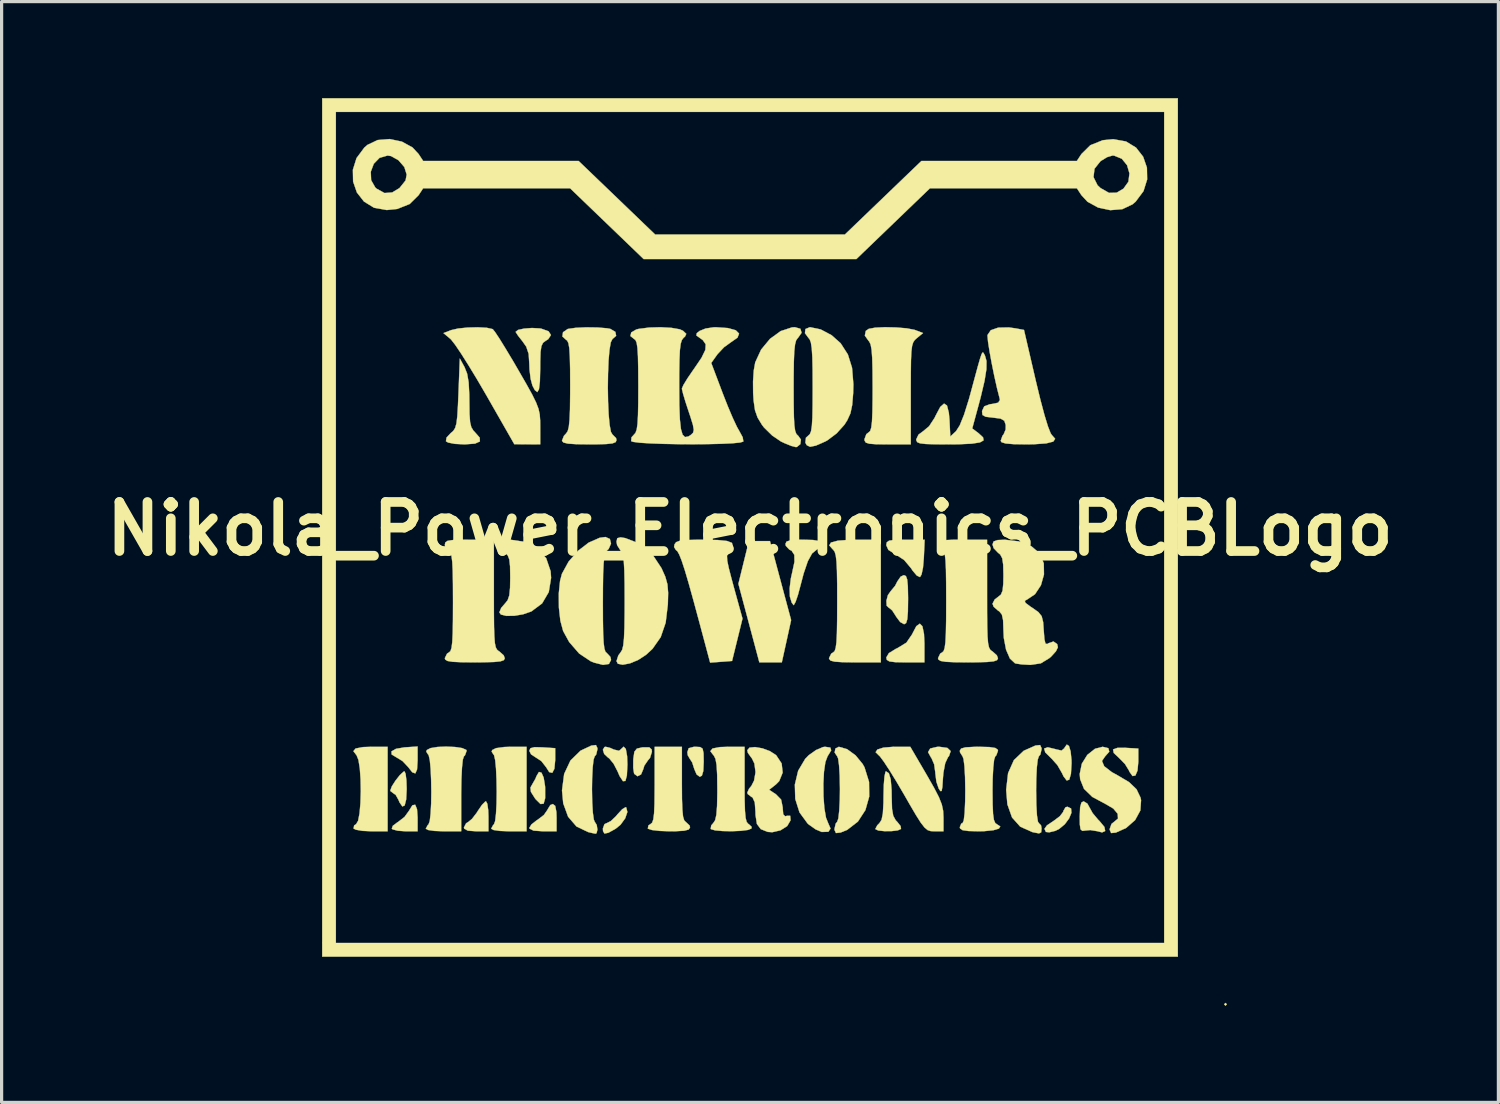
<source format=kicad_pcb>
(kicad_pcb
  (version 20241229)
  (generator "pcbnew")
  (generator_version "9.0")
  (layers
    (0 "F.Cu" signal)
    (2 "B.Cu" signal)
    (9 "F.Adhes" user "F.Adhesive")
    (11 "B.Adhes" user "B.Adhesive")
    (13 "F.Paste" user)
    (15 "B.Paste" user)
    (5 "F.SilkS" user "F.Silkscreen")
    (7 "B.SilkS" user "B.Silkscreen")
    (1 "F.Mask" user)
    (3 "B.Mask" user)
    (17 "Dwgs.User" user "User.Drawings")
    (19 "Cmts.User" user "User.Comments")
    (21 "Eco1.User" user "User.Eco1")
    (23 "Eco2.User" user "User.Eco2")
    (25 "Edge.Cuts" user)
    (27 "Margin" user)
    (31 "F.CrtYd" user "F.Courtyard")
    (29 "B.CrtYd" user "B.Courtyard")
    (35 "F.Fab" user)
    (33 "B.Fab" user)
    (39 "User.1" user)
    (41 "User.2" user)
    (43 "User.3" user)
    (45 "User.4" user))
  (footprint "Nikola_Power_Electronics_PCBLogo"
    (layer "F.Cu")
    (at 20.255 13.382)
    (property "Reference" "Nikola_Power_Electronics_PCBLogo" (at 0 0 0) (layer "F.SilkS") (effects (font (size 1.524 1.524) (thickness 0.3))))
    (attr through_hole)
    (fp_poly (pts (xy 14.817 14.774) (xy 14.774 14.817) (xy 14.732 14.774) (xy 14.774 14.732) (xy 14.817 14.774)) (stroke (width 0.01) (type solid)) (fill yes) (layer "F.SilkS"))
    (fp_poly (pts (xy 0.948 1.609) (xy 1.277 2.836) (xy 1.133 3.493) (xy 0.988 4.149) (xy 0.29 4.149) (xy -0.361 1.709) (xy -0.198 1.045) (xy -0.034 0.381) (xy 0.62 0.381) (xy 0.948 1.609)) (stroke (width 0.01) (type solid)) (fill yes) (layer "F.SilkS"))
    (fp_poly (pts (xy 13.293 13.293) (xy -13.293 13.293) (xy -13.293 -12.954) (xy -12.869 -12.954) (xy -12.869 12.869) (xy 12.869 12.869) (xy 12.869 -12.954) (xy -12.869 -12.954) (xy -13.293 -12.954) (xy -13.293 -13.377) (xy 13.293 -13.377) (xy 13.293 13.293)) (stroke (width 0.01) (type solid)) (fill yes) (layer "F.SilkS"))
    (fp_poly (pts (xy -10.329 7.192) (xy -10.346 7.477) (xy -10.4 7.6) (xy -10.496 7.564) (xy -10.62 7.405) (xy -10.797 7.217) (xy -10.976 7.108) (xy -11.136 7.011) (xy -11.14 6.914) (xy -11.001 6.836) (xy -10.733 6.79) (xy -10.725 6.79) (xy -10.329 6.764) (xy -10.329 7.192)) (stroke (width 0.01) (type solid)) (fill yes) (layer "F.SilkS"))
    (fp_poly (pts (xy -6.456 6.79) (xy -6.054 6.816) (xy -6.054 7.19) (xy -6.079 7.456) (xy -6.145 7.582) (xy -6.24 7.559) (xy -6.334 7.409) (xy -6.485 7.216) (xy -6.645 7.112) (xy -6.803 7.008) (xy -6.858 6.898) (xy -6.823 6.817) (xy -6.695 6.784) (xy -6.456 6.79)) (stroke (width 0.01) (type solid)) (fill yes) (layer "F.SilkS"))
    (fp_poly (pts (xy 12.065 6.828) (xy 12.065 7.238) (xy 12.04 7.512) (xy 11.975 7.665) (xy 11.886 7.682) (xy 11.791 7.549) (xy 11.776 7.511) (xy 11.651 7.308) (xy 11.479 7.132) (xy 11.302 6.964) (xy 11.28 6.856) (xy 11.417 6.806) (xy 11.663 6.805) (xy 12.065 6.828)) (stroke (width 0.01) (type solid)) (fill yes) (layer "F.SilkS"))
    (fp_poly (pts (xy -10.347 8.713) (xy -10.329 8.975) (xy -10.329 9.398) (xy -10.705 9.398) (xy -10.944 9.381) (xy -11.104 9.339) (xy -11.131 9.317) (xy -11.1 9.228) (xy -10.957 9.12) (xy -10.941 9.112) (xy -10.735 8.952) (xy -10.602 8.769) (xy -10.491 8.59) (xy -10.404 8.573) (xy -10.347 8.713)) (stroke (width 0.01) (type solid)) (fill yes) (layer "F.SilkS"))
    (fp_poly (pts (xy -6.479 7.578) (xy -6.412 7.731) (xy -6.369 7.995) (xy -6.366 8.041) (xy -6.366 8.371) (xy -6.413 8.541) (xy -6.51 8.551) (xy -6.658 8.405) (xy -6.685 8.369) (xy -6.808 8.174) (xy -6.823 8.041) (xy -6.783 7.967) (xy -6.67 7.77) (xy -6.633 7.68) (xy -6.558 7.554) (xy -6.479 7.578)) (stroke (width 0.01) (type solid)) (fill yes) (layer "F.SilkS"))
    (fp_poly (pts (xy -8.163 8.543) (xy -8.135 8.741) (xy -8.128 8.932) (xy -8.128 9.398) (xy -8.509 9.398) (xy -8.768 9.379) (xy -8.881 9.317) (xy -8.89 9.28) (xy -8.822 9.15) (xy -8.761 9.113) (xy -8.638 9.012) (xy -8.493 8.823) (xy -8.457 8.765) (xy -8.329 8.578) (xy -8.226 8.474) (xy -8.204 8.467) (xy -8.163 8.543)) (stroke (width 0.01) (type solid)) (fill yes) (layer "F.SilkS"))
    (fp_poly (pts (xy -6.053 8.609) (xy -6.017 8.797) (xy -6.011 8.975) (xy -6.011 9.398) (xy -6.435 9.398) (xy -6.725 9.378) (xy -6.851 9.316) (xy -6.857 9.292) (xy -6.79 9.183) (xy -6.625 9.055) (xy -6.595 9.037) (xy -6.405 8.891) (xy -6.294 8.733) (xy -6.29 8.72) (xy -6.205 8.583) (xy -6.128 8.551) (xy -6.053 8.609)) (stroke (width 0.01) (type solid)) (fill yes) (layer "F.SilkS"))
    (fp_poly (pts (xy -3.847 8.656) (xy -3.811 8.798) (xy -3.878 8.995) (xy -4.023 9.194) (xy -4.172 9.316) (xy -4.399 9.443) (xy -4.521 9.469) (xy -4.567 9.395) (xy -4.572 9.313) (xy -4.522 9.176) (xy -4.451 9.144) (xy -4.326 9.082) (xy -4.164 8.928) (xy -4.117 8.871) (xy -3.973 8.715) (xy -3.867 8.65) (xy -3.847 8.656)) (stroke (width 0.01) (type solid)) (fill yes) (layer "F.SilkS"))
    (fp_poly (pts (xy 9.976 8.689) (xy 9.987 8.823) (xy 9.915 8.999) (xy 9.78 9.18) (xy 9.601 9.329) (xy 9.484 9.385) (xy 9.299 9.43) (xy 9.194 9.419) (xy 9.149 9.323) (xy 9.226 9.215) (xy 9.44 9.071) (xy 9.628 8.93) (xy 9.73 8.796) (xy 9.737 8.766) (xy 9.803 8.652) (xy 9.864 8.636) (xy 9.976 8.689)) (stroke (width 0.01) (type solid)) (fill yes) (layer "F.SilkS"))
    (fp_poly (pts (xy -10.702 7.613) (xy -10.677 7.815) (xy -10.668 8.086) (xy -10.685 8.413) (xy -10.731 8.596) (xy -10.802 8.627) (xy -10.891 8.5) (xy -10.922 8.424) (xy -11.01 8.267) (xy -11.089 8.213) (xy -11.173 8.148) (xy -11.176 8.125) (xy -11.128 7.999) (xy -11.014 7.821) (xy -10.879 7.65) (xy -10.765 7.545) (xy -10.737 7.535) (xy -10.702 7.613)) (stroke (width 0.01) (type solid)) (fill yes) (layer "F.SilkS"))
    (fp_poly (pts (xy 5.357 3.029) (xy 5.406 3.267) (xy 5.419 3.556) (xy 5.419 4.149) (xy 4.826 4.149) (xy 4.512 4.143) (xy 4.331 4.12) (xy 4.251 4.072) (xy 4.234 4) (xy 4.314 3.863) (xy 4.535 3.727) (xy 4.575 3.71) (xy 4.859 3.537) (xy 5.032 3.285) (xy 5.041 3.265) (xy 5.168 3.024) (xy 5.276 2.947) (xy 5.357 3.029)) (stroke (width 0.01) (type solid)) (fill yes) (layer "F.SilkS"))
    (fp_poly (pts (xy 5.401 0.903) (xy 5.375 1.206) (xy 5.33 1.419) (xy 5.281 1.5) (xy 5.183 1.453) (xy 5.053 1.3) (xy 5.006 1.227) (xy 4.79 0.97) (xy 4.53 0.799) (xy 4.299 0.655) (xy 4.233 0.507) (xy 4.25 0.419) (xy 4.322 0.368) (xy 4.487 0.345) (xy 4.781 0.339) (xy 4.83 0.339) (xy 5.426 0.339) (xy 5.401 0.903)) (stroke (width 0.01) (type solid)) (fill yes) (layer "F.SilkS"))
    (fp_poly (pts (xy -3.131 6.789) (xy -3.056 6.856) (xy -3.048 6.927) (xy -3.107 7.117) (xy -3.17 7.192) (xy -3.284 7.358) (xy -3.318 7.471) (xy -3.386 7.632) (xy -3.496 7.688) (xy -3.593 7.617) (xy -3.604 7.594) (xy -3.629 7.43) (xy -3.628 7.189) (xy -3.625 7.142) (xy -3.594 6.928) (xy -3.516 6.829) (xy -3.347 6.791) (xy -3.323 6.789) (xy -3.131 6.789)) (stroke (width 0.01) (type solid)) (fill yes) (layer "F.SilkS"))
    (fp_poly (pts (xy -1.548 6.781) (xy -1.473 6.832) (xy -1.444 6.969) (xy -1.439 7.232) (xy -1.439 7.239) (xy -1.452 7.525) (xy -1.495 7.67) (xy -1.56 7.705) (xy -1.66 7.631) (xy -1.735 7.455) (xy -1.735 7.452) (xy -1.798 7.257) (xy -1.869 7.15) (xy -1.935 7.035) (xy -1.947 6.938) (xy -1.905 6.817) (xy -1.751 6.775) (xy -1.693 6.773) (xy -1.548 6.781)) (stroke (width 0.01) (type solid)) (fill yes) (layer "F.SilkS"))
    (fp_poly (pts (xy 10.483 8.538) (xy 10.547 8.655) (xy 10.647 8.835) (xy 10.819 9.04) (xy 10.862 9.083) (xy 11.012 9.264) (xy 11.036 9.39) (xy 10.94 9.433) (xy 10.795 9.396) (xy 10.573 9.36) (xy 10.435 9.373) (xy 10.327 9.386) (xy 10.27 9.336) (xy 10.248 9.186) (xy 10.245 8.942) (xy 10.257 8.654) (xy 10.298 8.505) (xy 10.366 8.467) (xy 10.483 8.538)) (stroke (width 0.01) (type solid)) (fill yes) (layer "F.SilkS"))
    (fp_poly (pts (xy -3.859 6.84) (xy -3.819 7.066) (xy -3.81 7.324) (xy -3.826 7.661) (xy -3.872 7.834) (xy -3.948 7.841) (xy -4.052 7.683) (xy -4.117 7.533) (xy -4.238 7.3) (xy -4.374 7.134) (xy -4.413 7.107) (xy -4.531 6.995) (xy -4.572 6.865) (xy -4.522 6.78) (xy -4.482 6.773) (xy -4.338 6.81) (xy -4.233 6.858) (xy -4.072 6.897) (xy -4.022 6.858) (xy -3.927 6.769) (xy -3.859 6.84)) (stroke (width 0.01) (type solid)) (fill yes) (layer "F.SilkS"))
    (fp_poly (pts (xy -11.261 9.398) (xy -11.764 9.398) (xy -12.041 9.385) (xy -12.245 9.35) (xy -12.319 9.313) (xy -12.301 9.216) (xy -12.24 9.177) (xy -12.178 9.072) (xy -12.133 8.84) (xy -12.105 8.52) (xy -12.094 8.154) (xy -12.101 7.782) (xy -12.125 7.444) (xy -12.167 7.182) (xy -12.226 7.035) (xy -12.233 7.028) (xy -12.324 6.908) (xy -12.256 6.826) (xy -12.027 6.782) (xy -11.764 6.773) (xy -11.261 6.773) (xy -11.261 9.398)) (stroke (width 0.01) (type solid)) (fill yes) (layer "F.SilkS"))
    (fp_poly (pts (xy 6.133 6.808) (xy 6.235 6.907) (xy 6.184 7.059) (xy 6.151 7.098) (xy 6.066 7.279) (xy 6.009 7.579) (xy 5.995 7.748) (xy 5.977 8.02) (xy 5.954 8.146) (xy 5.915 8.149) (xy 5.863 8.07) (xy 5.791 7.859) (xy 5.758 7.594) (xy 5.757 7.569) (xy 5.722 7.317) (xy 5.636 7.119) (xy 5.622 7.103) (xy 5.532 6.938) (xy 5.599 6.826) (xy 5.814 6.775) (xy 5.884 6.773) (xy 6.133 6.808)) (stroke (width 0.01) (type solid)) (fill yes) (layer "F.SilkS"))
    (fp_poly (pts (xy 9.91 6.747) (xy 9.962 6.916) (xy 9.989 7.186) (xy 9.991 7.281) (xy 9.972 7.612) (xy 9.92 7.794) (xy 9.841 7.821) (xy 9.739 7.687) (xy 9.695 7.592) (xy 9.551 7.342) (xy 9.369 7.138) (xy 9.358 7.129) (xy 9.173 6.946) (xy 9.14 6.827) (xy 9.251 6.788) (xy 9.496 6.847) (xy 9.512 6.853) (xy 9.682 6.89) (xy 9.765 6.819) (xy 9.771 6.805) (xy 9.843 6.703) (xy 9.91 6.747)) (stroke (width 0.01) (type solid)) (fill yes) (layer "F.SilkS"))
    (fp_poly (pts (xy -6.943 9.398) (xy -7.493 9.398) (xy -7.773 9.387) (xy -7.971 9.358) (xy -8.043 9.318) (xy -7.982 9.204) (xy -7.959 9.186) (xy -7.92 9.082) (xy -7.893 8.852) (xy -7.876 8.535) (xy -7.871 8.17) (xy -7.877 7.798) (xy -7.892 7.458) (xy -7.918 7.189) (xy -7.954 7.032) (xy -7.974 7.008) (xy -8.028 6.923) (xy -8.011 6.874) (xy -7.892 6.815) (xy -7.646 6.78) (xy -7.446 6.773) (xy -6.943 6.773) (xy -6.943 9.398)) (stroke (width 0.01) (type solid)) (fill yes) (layer "F.SilkS"))
    (fp_poly (pts (xy 4.844 1.468) (xy 4.883 1.572) (xy 4.904 1.782) (xy 4.911 2.126) (xy 4.911 2.201) (xy 4.906 2.574) (xy 4.887 2.807) (xy 4.851 2.927) (xy 4.791 2.963) (xy 4.786 2.963) (xy 4.665 2.895) (xy 4.539 2.727) (xy 4.53 2.709) (xy 4.419 2.537) (xy 4.323 2.456) (xy 4.316 2.455) (xy 4.246 2.389) (xy 4.238 2.235) (xy 4.285 2.06) (xy 4.369 1.94) (xy 4.509 1.77) (xy 4.579 1.633) (xy 4.682 1.484) (xy 4.782 1.439) (xy 4.844 1.468)) (stroke (width 0.01) (type solid)) (fill yes) (layer "F.SilkS"))
    (fp_poly (pts (xy 3.015 6.846) (xy 3.279 7.038) (xy 3.5 7.308) (xy 3.558 7.412) (xy 3.699 7.865) (xy 3.704 8.319) (xy 3.585 8.74) (xy 3.353 9.096) (xy 3.02 9.354) (xy 2.815 9.437) (xy 2.67 9.453) (xy 2.625 9.356) (xy 2.625 9.324) (xy 2.662 9.16) (xy 2.709 9.102) (xy 2.745 8.999) (xy 2.772 8.758) (xy 2.79 8.412) (xy 2.794 8.086) (xy 2.787 7.679) (xy 2.767 7.353) (xy 2.738 7.138) (xy 2.709 7.07) (xy 2.629 6.952) (xy 2.654 6.826) (xy 2.76 6.773) (xy 3.015 6.846)) (stroke (width 0.01) (type solid)) (fill yes) (layer "F.SilkS"))
    (fp_poly (pts (xy 4.314 7.595) (xy 4.371 7.782) (xy 4.399 8.114) (xy 4.403 8.376) (xy 4.413 8.708) (xy 4.451 8.919) (xy 4.527 9.056) (xy 4.57 9.1) (xy 4.679 9.236) (xy 4.692 9.325) (xy 4.591 9.37) (xy 4.397 9.393) (xy 4.175 9.394) (xy 3.987 9.374) (xy 3.896 9.331) (xy 3.895 9.324) (xy 3.953 9.213) (xy 4.022 9.144) (xy 4.088 9.04) (xy 4.128 8.842) (xy 4.146 8.521) (xy 4.149 8.287) (xy 4.157 7.954) (xy 4.178 7.697) (xy 4.208 7.553) (xy 4.224 7.535) (xy 4.314 7.595)) (stroke (width 0.01) (type solid)) (fill yes) (layer "F.SilkS"))
    (fp_poly (pts (xy 5.496 7.656) (xy 5.721 8.051) (xy 5.871 8.342) (xy 5.959 8.566) (xy 6.001 8.763) (xy 6.011 8.968) (xy 6.011 9.398) (xy 5.726 9.398) (xy 5.614 9.392) (xy 5.519 9.361) (xy 5.424 9.282) (xy 5.309 9.135) (xy 5.158 8.897) (xy 4.953 8.547) (xy 4.785 8.254) (xy 4.55 7.854) (xy 4.336 7.506) (xy 4.159 7.236) (xy 4.037 7.072) (xy 4 7.037) (xy 3.903 6.941) (xy 3.957 6.858) (xy 4.143 6.799) (xy 4.444 6.774) (xy 4.485 6.773) (xy 4.98 6.773) (xy 5.496 7.656)) (stroke (width 0.01) (type solid)) (fill yes) (layer "F.SilkS"))
    (fp_poly (pts (xy -8.869 -5.021) (xy -8.79 -4.821) (xy -8.743 -4.551) (xy -8.723 -4.17) (xy -8.721 -3.954) (xy -8.716 -3.569) (xy -8.698 -3.315) (xy -8.659 -3.154) (xy -8.592 -3.047) (xy -8.551 -3.006) (xy -8.399 -2.832) (xy -8.394 -2.715) (xy -8.544 -2.648) (xy -8.853 -2.625) (xy -8.885 -2.625) (xy -9.173 -2.64) (xy -9.378 -2.68) (xy -9.448 -2.721) (xy -9.43 -2.835) (xy -9.304 -2.97) (xy -9.22 -3.043) (xy -9.162 -3.135) (xy -9.122 -3.277) (xy -9.095 -3.501) (xy -9.075 -3.837) (xy -9.059 -4.207) (xy -9.017 -5.292) (xy -8.869 -5.021)) (stroke (width 0.01) (type solid)) (fill yes) (layer "F.SilkS"))
    (fp_poly (pts (xy -4.742 6.813) (xy -4.741 6.847) (xy -4.779 7.012) (xy -4.826 7.07) (xy -4.861 7.173) (xy -4.889 7.413) (xy -4.906 7.759) (xy -4.911 8.086) (xy -4.904 8.492) (xy -4.884 8.819) (xy -4.854 9.033) (xy -4.826 9.102) (xy -4.763 9.202) (xy -4.742 9.347) (xy -4.768 9.457) (xy -4.805 9.473) (xy -4.933 9.446) (xy -5.034 9.421) (xy -5.392 9.249) (xy -5.652 8.947) (xy -5.804 8.531) (xy -5.842 8.128) (xy -5.775 7.616) (xy -5.58 7.2) (xy -5.267 6.894) (xy -4.932 6.736) (xy -4.787 6.719) (xy -4.742 6.813)) (stroke (width 0.01) (type solid)) (fill yes) (layer "F.SilkS"))
    (fp_poly (pts (xy -2.117 7.919) (xy -2.114 8.395) (xy -2.102 8.726) (xy -2.081 8.939) (xy -2.045 9.059) (xy -1.994 9.112) (xy -1.99 9.113) (xy -1.877 9.22) (xy -1.863 9.28) (xy -1.905 9.344) (xy -2.048 9.381) (xy -2.322 9.397) (xy -2.493 9.398) (xy -2.804 9.387) (xy -3.045 9.359) (xy -3.17 9.319) (xy -3.175 9.313) (xy -3.157 9.216) (xy -3.096 9.177) (xy -3.042 9.132) (xy -3.005 9.029) (xy -2.981 8.841) (xy -2.968 8.544) (xy -2.964 8.111) (xy -2.963 7.95) (xy -2.963 6.773) (xy -2.117 6.773) (xy -2.117 7.919)) (stroke (width 0.01) (type solid)) (fill yes) (layer "F.SilkS"))
    (fp_poly (pts (xy 2.496 6.797) (xy 2.522 6.884) (xy 2.415 7.059) (xy 2.41 7.065) (xy 2.342 7.247) (xy 2.298 7.548) (xy 2.279 7.92) (xy 2.283 8.314) (xy 2.31 8.682) (xy 2.361 8.976) (xy 2.423 9.132) (xy 2.502 9.314) (xy 2.435 9.413) (xy 2.229 9.419) (xy 2.226 9.418) (xy 2.043 9.341) (xy 1.83 9.191) (xy 1.788 9.154) (xy 1.538 8.812) (xy 1.406 8.395) (xy 1.393 7.948) (xy 1.496 7.517) (xy 1.715 7.147) (xy 1.828 7.032) (xy 2.053 6.873) (xy 2.267 6.782) (xy 2.331 6.773) (xy 2.496 6.797)) (stroke (width 0.01) (type solid)) (fill yes) (layer "F.SilkS"))
    (fp_poly (pts (xy 9.059 6.816) (xy 9.059 6.847) (xy 9.022 7.012) (xy 8.975 7.07) (xy 8.94 7.173) (xy 8.912 7.415) (xy 8.895 7.766) (xy 8.89 8.133) (xy 8.897 8.577) (xy 8.916 8.906) (xy 8.946 9.099) (xy 8.975 9.144) (xy 9.043 9.215) (xy 9.059 9.313) (xy 9.047 9.431) (xy 8.979 9.464) (xy 8.803 9.43) (xy 8.767 9.421) (xy 8.397 9.255) (xy 8.142 8.97) (xy 7.997 8.561) (xy 7.959 8.111) (xy 8.019 7.591) (xy 8.199 7.187) (xy 8.504 6.897) (xy 8.869 6.734) (xy 9.014 6.719) (xy 9.059 6.816)) (stroke (width 0.01) (type solid)) (fill yes) (layer "F.SilkS"))
    (fp_poly (pts (xy -6.533 -6.227) (xy -6.484 -6.219) (xy -6.26 -6.138) (xy -6.186 -6.022) (xy -6.27 -5.893) (xy -6.35 -5.842) (xy -6.432 -5.78) (xy -6.482 -5.677) (xy -6.509 -5.496) (xy -6.518 -5.201) (xy -6.519 -4.992) (xy -6.529 -4.583) (xy -6.558 -4.336) (xy -6.61 -4.248) (xy -6.687 -4.311) (xy -6.76 -4.449) (xy -6.817 -4.659) (xy -6.852 -4.953) (xy -6.858 -5.12) (xy -6.878 -5.437) (xy -6.954 -5.662) (xy -7.07 -5.827) (xy -7.205 -5.998) (xy -7.278 -6.11) (xy -7.281 -6.123) (xy -7.206 -6.181) (xy -7.019 -6.222) (xy -6.776 -6.24) (xy -6.533 -6.227)) (stroke (width 0.01) (type solid)) (fill yes) (layer "F.SilkS"))
    (fp_poly (pts (xy 4.064 4.149) (xy 3.26 4.149) (xy 2.878 4.144) (xy 2.636 4.128) (xy 2.505 4.096) (xy 2.458 4.042) (xy 2.455 4.019) (xy 2.524 3.878) (xy 2.582 3.841) (xy 2.629 3.799) (xy 2.662 3.699) (xy 2.686 3.52) (xy 2.7 3.238) (xy 2.707 2.832) (xy 2.709 2.279) (xy 2.709 2.265) (xy 2.708 1.712) (xy 2.701 1.303) (xy 2.687 1.017) (xy 2.664 0.828) (xy 2.631 0.713) (xy 2.584 0.648) (xy 2.569 0.636) (xy 2.462 0.515) (xy 2.515 0.426) (xy 2.731 0.368) (xy 3.112 0.341) (xy 3.307 0.339) (xy 4.064 0.339) (xy 4.064 4.149)) (stroke (width 0.01) (type solid)) (fill yes) (layer "F.SilkS"))
    (fp_poly (pts (xy -8.182 -6.247) (xy -8.005 -6.208) (xy -7.991 -6.201) (xy -7.918 -6.109) (xy -7.778 -5.897) (xy -7.588 -5.589) (xy -7.363 -5.214) (xy -7.208 -4.947) (xy -6.951 -4.501) (xy -6.768 -4.17) (xy -6.646 -3.922) (xy -6.572 -3.727) (xy -6.534 -3.552) (xy -6.521 -3.368) (xy -6.519 -3.19) (xy -6.519 -2.625) (xy -6.921 -2.627) (xy -7.324 -2.63) (xy -8.206 -4.173) (xy -8.483 -4.647) (xy -8.746 -5.08) (xy -8.978 -5.447) (xy -9.165 -5.723) (xy -9.289 -5.881) (xy -9.307 -5.899) (xy -9.525 -6.082) (xy -9.287 -6.174) (xy -9.07 -6.224) (xy -8.774 -6.254) (xy -8.458 -6.262) (xy -8.182 -6.247)) (stroke (width 0.01) (type solid)) (fill yes) (layer "F.SilkS"))
    (fp_poly (pts (xy -6.974 0.408) (xy -6.599 0.606) (xy -6.333 0.915) (xy -6.196 1.318) (xy -6.181 1.524) (xy -6.253 1.964) (xy -6.461 2.318) (xy -6.792 2.565) (xy -6.797 2.568) (xy -7.052 2.656) (xy -7.326 2.702) (xy -7.572 2.705) (xy -7.741 2.663) (xy -7.789 2.595) (xy -7.731 2.457) (xy -7.62 2.328) (xy -7.532 2.221) (xy -7.48 2.069) (xy -7.456 1.829) (xy -7.451 1.512) (xy -7.456 1.167) (xy -7.479 0.952) (xy -7.529 0.825) (xy -7.613 0.747) (xy -7.62 0.742) (xy -7.754 0.601) (xy -7.789 0.488) (xy -7.753 0.389) (xy -7.617 0.346) (xy -7.442 0.339) (xy -6.974 0.408)) (stroke (width 0.01) (type solid)) (fill yes) (layer "F.SilkS"))
    (fp_poly (pts (xy 1.958 0.347) (xy 2.129 0.376) (xy 2.196 0.435) (xy 2.201 0.468) (xy 2.133 0.609) (xy 2.071 0.648) (xy 1.93 0.763) (xy 1.796 1.006) (xy 1.665 1.392) (xy 1.569 1.757) (xy 1.49 2.052) (xy 1.416 2.269) (xy 1.361 2.368) (xy 1.355 2.371) (xy 1.297 2.297) (xy 1.242 2.118) (xy 1.238 2.095) (xy 1.231 1.853) (xy 1.269 1.541) (xy 1.308 1.368) (xy 1.381 1.027) (xy 1.377 0.809) (xy 1.294 0.682) (xy 1.221 0.644) (xy 1.113 0.53) (xy 1.101 0.468) (xy 1.135 0.396) (xy 1.261 0.356) (xy 1.51 0.34) (xy 1.651 0.339) (xy 1.958 0.347)) (stroke (width 0.01) (type solid)) (fill yes) (layer "F.SilkS"))
    (fp_poly (pts (xy -9.169 6.779) (xy -8.944 6.813) (xy -8.817 6.869) (xy -8.805 6.895) (xy -8.857 7.039) (xy -8.89 7.07) (xy -8.924 7.173) (xy -8.95 7.419) (xy -8.968 7.783) (xy -8.975 8.238) (xy -8.975 8.26) (xy -8.975 9.398) (xy -9.525 9.398) (xy -9.805 9.387) (xy -10.003 9.358) (xy -10.075 9.318) (xy -10.014 9.204) (xy -9.991 9.186) (xy -9.952 9.082) (xy -9.925 8.852) (xy -9.908 8.535) (xy -9.903 8.17) (xy -9.909 7.798) (xy -9.924 7.458) (xy -9.95 7.189) (xy -9.986 7.032) (xy -10.006 7.008) (xy -10.06 6.923) (xy -10.043 6.874) (xy -9.929 6.814) (xy -9.712 6.778) (xy -9.442 6.767) (xy -9.169 6.779)) (stroke (width 0.01) (type solid)) (fill yes) (layer "F.SilkS"))
    (fp_poly (pts (xy -1.003 0.348) (xy -0.713 0.378) (xy -0.562 0.437) (xy -0.536 0.53) (xy -0.622 0.662) (xy -0.632 0.674) (xy -0.689 0.751) (xy -0.715 0.845) (xy -0.708 0.988) (xy -0.662 1.211) (xy -0.575 1.547) (xy -0.504 1.81) (xy -0.234 2.79) (xy -0.396 3.448) (xy -0.558 4.106) (xy -0.898 4.132) (xy -1.239 4.157) (xy -1.563 2.946) (xy -1.751 2.25) (xy -1.903 1.703) (xy -2.025 1.289) (xy -2.122 0.993) (xy -2.199 0.799) (xy -2.26 0.692) (xy -2.303 0.658) (xy -2.36 0.565) (xy -2.346 0.482) (xy -2.297 0.415) (xy -2.189 0.373) (xy -1.991 0.349) (xy -1.672 0.34) (xy -1.447 0.339) (xy -1.003 0.348)) (stroke (width 0.01) (type solid)) (fill yes) (layer "F.SilkS"))
    (fp_poly (pts (xy -0.169 7.95) (xy -0.167 8.429) (xy -0.157 8.764) (xy -0.137 8.982) (xy -0.104 9.108) (xy -0.055 9.168) (xy -0.037 9.177) (xy 0.051 9.261) (xy 0.043 9.313) (xy -0.064 9.356) (xy -0.284 9.384) (xy -0.564 9.396) (xy -0.848 9.391) (xy -1.083 9.37) (xy -1.214 9.332) (xy -1.222 9.323) (xy -1.205 9.215) (xy -1.142 9.143) (xy -1.084 9.055) (xy -1.046 8.888) (xy -1.024 8.613) (xy -1.016 8.204) (xy -1.016 8.086) (xy -1.021 7.641) (xy -1.039 7.337) (xy -1.073 7.147) (xy -1.126 7.043) (xy -1.142 7.028) (xy -1.233 6.908) (xy -1.165 6.826) (xy -0.936 6.782) (xy -0.672 6.773) (xy -0.169 6.773) (xy -0.169 7.95)) (stroke (width 0.01) (type solid)) (fill yes) (layer "F.SilkS"))
    (fp_poly (pts (xy 11.134 6.816) (xy 11.163 6.924) (xy 11.036 7.068) (xy 11.035 7.069) (xy 10.936 7.213) (xy 11.005 7.377) (xy 11.241 7.56) (xy 11.405 7.65) (xy 11.777 7.87) (xy 12.01 8.093) (xy 12.133 8.35) (xy 12.151 8.43) (xy 12.129 8.75) (xy 11.966 9.05) (xy 11.687 9.295) (xy 11.367 9.439) (xy 11.221 9.453) (xy 11.177 9.354) (xy 11.176 9.328) (xy 11.233 9.168) (xy 11.303 9.113) (xy 11.434 9.004) (xy 11.424 8.853) (xy 11.287 8.691) (xy 11.048 8.551) (xy 10.636 8.33) (xy 10.378 8.08) (xy 10.258 7.781) (xy 10.245 7.617) (xy 10.31 7.299) (xy 10.481 7.024) (xy 10.72 6.834) (xy 10.958 6.773) (xy 11.134 6.816)) (stroke (width 0.01) (type solid)) (fill yes) (layer "F.SilkS"))
    (fp_poly (pts (xy -4.355 0.315) (xy -4.319 0.457) (xy -4.391 0.622) (xy -4.445 0.677) (xy -4.492 0.744) (xy -4.526 0.87) (xy -4.549 1.077) (xy -4.564 1.39) (xy -4.57 1.83) (xy -4.572 2.299) (xy -4.57 2.853) (xy -4.563 3.26) (xy -4.548 3.543) (xy -4.525 3.722) (xy -4.491 3.822) (xy -4.445 3.864) (xy -4.338 3.98) (xy -4.318 4.073) (xy -4.384 4.199) (xy -4.568 4.227) (xy -4.846 4.157) (xy -4.953 4.113) (xy -5.309 3.875) (xy -5.62 3.516) (xy -5.807 3.175) (xy -5.893 2.856) (xy -5.939 2.444) (xy -5.942 2.008) (xy -5.902 1.616) (xy -5.844 1.397) (xy -5.638 1.02) (xy -5.348 0.686) (xy -5.012 0.428) (xy -4.67 0.278) (xy -4.491 0.254) (xy -4.355 0.315)) (stroke (width 0.01) (type solid)) (fill yes) (layer "F.SilkS"))
    (fp_poly (pts (xy -3.875 0.288) (xy -3.425 0.462) (xy -3.042 0.782) (xy -2.751 1.222) (xy -2.631 1.491) (xy -2.566 1.724) (xy -2.544 1.989) (xy -2.553 2.348) (xy -2.621 2.916) (xy -2.775 3.365) (xy -3.029 3.728) (xy -3.23 3.914) (xy -3.477 4.075) (xy -3.733 4.181) (xy -3.956 4.223) (xy -4.107 4.192) (xy -4.149 4.111) (xy -4.092 3.935) (xy -4.022 3.84) (xy -3.974 3.763) (xy -3.939 3.624) (xy -3.916 3.401) (xy -3.902 3.07) (xy -3.896 2.608) (xy -3.895 2.248) (xy -3.897 1.697) (xy -3.906 1.291) (xy -3.922 1.009) (xy -3.949 0.826) (xy -3.987 0.719) (xy -4.022 0.677) (xy -4.129 0.508) (xy -4.149 0.402) (xy -4.125 0.291) (xy -4.022 0.265) (xy -3.875 0.288)) (stroke (width 0.01) (type solid)) (fill yes) (layer "F.SilkS"))
    (fp_poly (pts (xy 2.193 -6.197) (xy 2.534 -6.017) (xy 2.817 -5.765) (xy 3.041 -5.417) (xy 3.17 -5.004) (xy 3.212 -4.491) (xy 3.205 -4.215) (xy 3.175 -3.849) (xy 3.12 -3.588) (xy 3.02 -3.37) (xy 2.932 -3.233) (xy 2.689 -2.964) (xy 2.397 -2.745) (xy 2.334 -2.712) (xy 2.046 -2.586) (xy 1.866 -2.549) (xy 1.762 -2.6) (xy 1.72 -2.677) (xy 1.738 -2.832) (xy 1.807 -2.893) (xy 1.859 -2.942) (xy 1.897 -3.035) (xy 1.922 -3.199) (xy 1.938 -3.457) (xy 1.945 -3.834) (xy 1.947 -4.353) (xy 1.947 -4.397) (xy 1.945 -4.94) (xy 1.936 -5.337) (xy 1.918 -5.613) (xy 1.891 -5.79) (xy 1.851 -5.892) (xy 1.82 -5.927) (xy 1.707 -6.08) (xy 1.722 -6.209) (xy 1.861 -6.265) (xy 1.865 -6.265) (xy 2.193 -6.197)) (stroke (width 0.01) (type solid)) (fill yes) (layer "F.SilkS"))
    (fp_poly (pts (xy 1.566 -6.216) (xy 1.602 -6.092) (xy 1.491 -5.934) (xy 1.482 -5.927) (xy 1.433 -5.858) (xy 1.399 -5.728) (xy 1.375 -5.514) (xy 1.362 -5.191) (xy 1.356 -4.737) (xy 1.355 -4.397) (xy 1.357 -3.866) (xy 1.364 -3.479) (xy 1.378 -3.214) (xy 1.403 -3.044) (xy 1.44 -2.946) (xy 1.491 -2.896) (xy 1.495 -2.893) (xy 1.582 -2.773) (xy 1.563 -2.63) (xy 1.454 -2.543) (xy 1.421 -2.54) (xy 1.284 -2.576) (xy 1.064 -2.665) (xy 0.961 -2.714) (xy 0.691 -2.897) (xy 0.437 -3.146) (xy 0.369 -3.235) (xy 0.235 -3.457) (xy 0.155 -3.685) (xy 0.112 -3.982) (xy 0.097 -4.215) (xy 0.094 -4.579) (xy 0.117 -4.923) (xy 0.162 -5.172) (xy 0.162 -5.173) (xy 0.345 -5.569) (xy 0.622 -5.904) (xy 0.954 -6.145) (xy 1.306 -6.26) (xy 1.393 -6.265) (xy 1.566 -6.216)) (stroke (width 0.01) (type solid)) (fill yes) (layer "F.SilkS"))
    (fp_poly (pts (xy 4.543 -6.257) (xy 4.868 -6.23) (xy 5.108 -6.184) (xy 5.138 -6.174) (xy 5.376 -6.083) (xy 5.186 -5.928) (xy 5.119 -5.867) (xy 5.07 -5.793) (xy 5.036 -5.681) (xy 5.014 -5.505) (xy 5.002 -5.241) (xy 4.997 -4.864) (xy 4.995 -4.349) (xy 4.995 -4.199) (xy 4.995 -2.625) (xy 4.276 -2.625) (xy 3.925 -2.628) (xy 3.71 -2.644) (xy 3.6 -2.678) (xy 3.56 -2.739) (xy 3.556 -2.785) (xy 3.615 -2.943) (xy 3.683 -2.994) (xy 3.732 -3.038) (xy 3.767 -3.144) (xy 3.79 -3.334) (xy 3.803 -3.632) (xy 3.809 -4.062) (xy 3.81 -4.39) (xy 3.807 -4.917) (xy 3.797 -5.3) (xy 3.778 -5.562) (xy 3.748 -5.727) (xy 3.704 -5.82) (xy 3.683 -5.842) (xy 3.568 -6.005) (xy 3.597 -6.15) (xy 3.69 -6.214) (xy 3.891 -6.251) (xy 4.196 -6.265) (xy 4.543 -6.257)) (stroke (width 0.01) (type solid)) (fill yes) (layer "F.SilkS"))
    (fp_poly (pts (xy 7.437 6.781) (xy 7.623 6.81) (xy 7.699 6.864) (xy 7.705 6.895) (xy 7.653 7.039) (xy 7.62 7.07) (xy 7.585 7.173) (xy 7.558 7.415) (xy 7.54 7.765) (xy 7.535 8.124) (xy 7.539 8.563) (xy 7.552 8.86) (xy 7.578 9.044) (xy 7.62 9.142) (xy 7.668 9.177) (xy 7.776 9.249) (xy 7.734 9.314) (xy 7.563 9.365) (xy 7.28 9.394) (xy 7.107 9.398) (xy 6.787 9.39) (xy 6.604 9.363) (xy 6.527 9.31) (xy 6.519 9.271) (xy 6.565 9.158) (xy 6.604 9.144) (xy 6.641 9.063) (xy 6.669 8.832) (xy 6.685 8.471) (xy 6.689 8.133) (xy 6.682 7.712) (xy 6.663 7.374) (xy 6.634 7.149) (xy 6.604 7.07) (xy 6.526 6.947) (xy 6.519 6.895) (xy 6.559 6.828) (xy 6.696 6.79) (xy 6.961 6.775) (xy 7.112 6.773) (xy 7.437 6.781)) (stroke (width 0.01) (type solid)) (fill yes) (layer "F.SilkS"))
    (fp_poly (pts (xy 7.25 -5.474) (xy 7.276 -5.428) (xy 7.3 -5.383) (xy 7.348 -5.215) (xy 7.345 -4.959) (xy 7.287 -4.596) (xy 7.171 -4.105) (xy 7.108 -3.867) (xy 6.905 -3.119) (xy 7.105 -2.968) (xy 7.241 -2.842) (xy 7.257 -2.749) (xy 7.144 -2.685) (xy 6.891 -2.646) (xy 6.486 -2.627) (xy 6.176 -2.625) (xy 5.747 -2.627) (xy 5.459 -2.636) (xy 5.285 -2.656) (xy 5.197 -2.692) (xy 5.167 -2.747) (xy 5.165 -2.78) (xy 5.235 -2.927) (xy 5.381 -3.035) (xy 5.564 -3.187) (xy 5.734 -3.446) (xy 5.766 -3.514) (xy 5.911 -3.787) (xy 6.03 -3.892) (xy 6.12 -3.832) (xy 6.178 -3.606) (xy 6.198 -3.381) (xy 6.223 -2.868) (xy 6.401 -3.034) (xy 6.516 -3.213) (xy 6.651 -3.547) (xy 6.801 -4.026) (xy 6.85 -4.203) (xy 6.985 -4.703) (xy 7.082 -5.06) (xy 7.15 -5.295) (xy 7.195 -5.428) (xy 7.226 -5.481) (xy 7.25 -5.474)) (stroke (width 0.01) (type solid)) (fill yes) (layer "F.SilkS"))
    (fp_poly (pts (xy 0.384 6.821) (xy 0.617 6.907) (xy 0.808 7.031) (xy 0.813 7.035) (xy 0.983 7.292) (xy 1.014 7.576) (xy 0.908 7.838) (xy 0.805 7.943) (xy 0.594 8.109) (xy 0.805 8.248) (xy 0.966 8.413) (xy 1.016 8.656) (xy 1.016 8.678) (xy 1.032 8.871) (xy 1.091 8.931) (xy 1.15 8.918) (xy 1.248 8.916) (xy 1.259 9.04) (xy 1.256 9.063) (xy 1.155 9.236) (xy 0.947 9.368) (xy 0.693 9.427) (xy 0.55 9.417) (xy 0.333 9.331) (xy 0.214 9.17) (xy 0.171 8.893) (xy 0.169 8.792) (xy 0.148 8.5) (xy 0.08 8.351) (xy 0.042 8.328) (xy -0.07 8.242) (xy -0.085 8.198) (xy -0.031 8.077) (xy 0.042 7.989) (xy 0.126 7.823) (xy 0.168 7.582) (xy 0.169 7.54) (xy 0.136 7.292) (xy 0.054 7.123) (xy 0.042 7.112) (xy -0.066 6.962) (xy -0.085 6.879) (xy -0.016 6.799) (xy 0.156 6.782) (xy 0.384 6.821)) (stroke (width 0.01) (type solid)) (fill yes) (layer "F.SilkS"))
    (fp_poly (pts (xy 8.251 -6.229) (xy 8.513 -6.18) (xy 8.881 -4.595) (xy 9.022 -4.013) (xy 9.149 -3.537) (xy 9.257 -3.184) (xy 9.341 -2.97) (xy 9.379 -2.914) (xy 9.481 -2.798) (xy 9.423 -2.711) (xy 9.204 -2.655) (xy 8.82 -2.628) (xy 8.589 -2.625) (xy 8.192 -2.631) (xy 7.942 -2.652) (xy 7.816 -2.691) (xy 7.789 -2.735) (xy 7.844 -2.891) (xy 7.881 -2.937) (xy 7.943 -3.086) (xy 7.945 -3.229) (xy 7.901 -3.359) (xy 7.784 -3.425) (xy 7.551 -3.455) (xy 7.323 -3.482) (xy 7.223 -3.537) (xy 7.21 -3.645) (xy 7.213 -3.667) (xy 7.279 -3.807) (xy 7.453 -3.871) (xy 7.518 -3.879) (xy 7.709 -3.919) (xy 7.765 -4.001) (xy 7.757 -4.048) (xy 7.675 -4.371) (xy 7.59 -4.751) (xy 7.51 -5.145) (xy 7.443 -5.512) (xy 7.396 -5.811) (xy 7.379 -5.998) (xy 7.381 -6.024) (xy 7.481 -6.171) (xy 7.711 -6.251) (xy 8.041 -6.258) (xy 8.251 -6.229)) (stroke (width 0.01) (type solid)) (fill yes) (layer "F.SilkS"))
    (fp_poly (pts (xy -7.959 2.029) (xy -7.958 2.605) (xy -7.954 3.036) (xy -7.944 3.342) (xy -7.928 3.549) (xy -7.901 3.679) (xy -7.862 3.754) (xy -7.81 3.799) (xy -7.789 3.81) (xy -7.654 3.931) (xy -7.62 4.025) (xy -7.649 4.08) (xy -7.752 4.117) (xy -7.957 4.138) (xy -8.29 4.147) (xy -8.551 4.149) (xy -8.967 4.145) (xy -9.24 4.132) (xy -9.399 4.106) (xy -9.47 4.063) (xy -9.483 4.019) (xy -9.414 3.878) (xy -9.356 3.841) (xy -9.309 3.799) (xy -9.275 3.699) (xy -9.252 3.519) (xy -9.238 3.236) (xy -9.231 2.829) (xy -9.229 2.275) (xy -9.229 2.274) (xy -9.231 1.72) (xy -9.238 1.313) (xy -9.252 1.03) (xy -9.275 0.85) (xy -9.309 0.75) (xy -9.356 0.708) (xy -9.356 0.708) (xy -9.463 0.592) (xy -9.483 0.499) (xy -9.468 0.423) (xy -9.401 0.375) (xy -9.252 0.35) (xy -8.987 0.34) (xy -8.721 0.339) (xy -7.959 0.339) (xy -7.959 2.029)) (stroke (width 0.01) (type solid)) (fill yes) (layer "F.SilkS"))
    (fp_poly (pts (xy 7.366 2.029) (xy 7.367 2.605) (xy 7.371 3.036) (xy 7.38 3.342) (xy 7.397 3.549) (xy 7.424 3.679) (xy 7.462 3.754) (xy 7.515 3.799) (xy 7.535 3.81) (xy 7.67 3.931) (xy 7.705 4.025) (xy 7.676 4.08) (xy 7.572 4.117) (xy 7.368 4.138) (xy 7.035 4.147) (xy 6.773 4.149) (xy 6.358 4.145) (xy 6.084 4.132) (xy 5.925 4.106) (xy 5.854 4.063) (xy 5.842 4.019) (xy 5.91 3.878) (xy 5.969 3.841) (xy 6.015 3.799) (xy 6.048 3.7) (xy 6.072 3.523) (xy 6.086 3.243) (xy 6.094 2.841) (xy 6.096 2.293) (xy 6.096 2.235) (xy 6.094 1.677) (xy 6.088 1.268) (xy 6.075 0.984) (xy 6.054 0.806) (xy 6.023 0.711) (xy 5.981 0.678) (xy 5.969 0.677) (xy 5.866 0.607) (xy 5.842 0.508) (xy 5.855 0.428) (xy 5.914 0.378) (xy 6.053 0.351) (xy 6.304 0.34) (xy 6.604 0.339) (xy 7.366 0.339) (xy 7.366 2.029)) (stroke (width 0.01) (type solid)) (fill yes) (layer "F.SilkS"))
    (fp_poly (pts (xy -4.74 -6.256) (xy -4.447 -6.232) (xy -4.339 -6.212) (xy -4.184 -6.12) (xy -4.16 -5.997) (xy -4.276 -5.896) (xy -4.327 -5.795) (xy -4.367 -5.56) (xy -4.396 -5.224) (xy -4.412 -4.821) (xy -4.418 -4.387) (xy -4.411 -3.955) (xy -4.393 -3.559) (xy -4.363 -3.233) (xy -4.322 -3.013) (xy -4.276 -2.933) (xy -4.163 -2.82) (xy -4.149 -2.754) (xy -4.175 -2.694) (xy -4.273 -2.655) (xy -4.47 -2.634) (xy -4.795 -2.625) (xy -4.995 -2.625) (xy -5.397 -2.63) (xy -5.656 -2.647) (xy -5.795 -2.681) (xy -5.842 -2.733) (xy -5.842 -2.741) (xy -5.782 -2.89) (xy -5.715 -2.963) (xy -5.666 -3.033) (xy -5.631 -3.165) (xy -5.608 -3.384) (xy -5.594 -3.712) (xy -5.589 -4.174) (xy -5.588 -4.446) (xy -5.59 -4.972) (xy -5.599 -5.352) (xy -5.615 -5.609) (xy -5.642 -5.767) (xy -5.681 -5.849) (xy -5.715 -5.873) (xy -5.83 -5.977) (xy -5.811 -6.108) (xy -5.667 -6.208) (xy -5.652 -6.212) (xy -5.417 -6.246) (xy -5.088 -6.261) (xy -4.74 -6.256)) (stroke (width 0.01) (type solid)) (fill yes) (layer "F.SilkS"))
    (fp_poly (pts (xy 8.362 0.391) (xy 8.735 0.536) (xy 8.995 0.757) (xy 9.006 0.772) (xy 9.128 1.073) (xy 9.134 1.418) (xy 9.039 1.754) (xy 8.856 2.031) (xy 8.619 2.191) (xy 8.537 2.238) (xy 8.562 2.303) (xy 8.711 2.415) (xy 8.779 2.459) (xy 8.962 2.589) (xy 9.062 2.715) (xy 9.108 2.897) (xy 9.127 3.161) (xy 9.148 3.433) (xy 9.18 3.564) (xy 9.233 3.581) (xy 9.272 3.555) (xy 9.429 3.501) (xy 9.544 3.581) (xy 9.567 3.68) (xy 9.507 3.804) (xy 9.358 3.969) (xy 9.307 4.014) (xy 9.036 4.18) (xy 8.721 4.227) (xy 8.693 4.227) (xy 8.445 4.213) (xy 8.262 4.186) (xy 8.232 4.177) (xy 8.076 4.031) (xy 7.956 3.755) (xy 7.886 3.389) (xy 7.874 3.14) (xy 7.864 2.841) (xy 7.826 2.665) (xy 7.748 2.567) (xy 7.705 2.54) (xy 7.57 2.42) (xy 7.535 2.328) (xy 7.602 2.196) (xy 7.705 2.117) (xy 7.796 2.044) (xy 7.848 1.919) (xy 7.87 1.7) (xy 7.874 1.437) (xy 7.867 1.113) (xy 7.837 0.915) (xy 7.775 0.799) (xy 7.705 0.742) (xy 7.571 0.601) (xy 7.535 0.488) (xy 7.568 0.393) (xy 7.694 0.349) (xy 7.919 0.339) (xy 8.362 0.391)) (stroke (width 0.01) (type solid)) (fill yes) (layer "F.SilkS"))
    (fp_poly (pts (xy -10.817 -12.031) (xy -10.487 -11.85) (xy -10.298 -11.646) (xy -10.156 -11.43) (xy -5.326 -11.43) (xy -4.136 -10.287) (xy -2.947 -9.144) (xy 2.947 -9.144) (xy 4.802 -10.927) (xy 10.673 -10.927) (xy 10.798 -10.677) (xy 10.891 -10.589) (xy 11.155 -10.439) (xy 11.393 -10.445) (xy 11.604 -10.57) (xy 11.758 -10.786) (xy 11.79 -11.045) (xy 11.716 -11.299) (xy 11.553 -11.499) (xy 11.315 -11.596) (xy 11.263 -11.599) (xy 11.095 -11.549) (xy 10.897 -11.428) (xy 10.891 -11.424) (xy 10.704 -11.189) (xy 10.673 -10.927) (xy 4.802 -10.927) (xy 5.326 -11.43) (xy 10.156 -11.43) (xy 10.298 -11.646) (xy 10.575 -11.92) (xy 10.962 -12.075) (xy 11.287 -12.107) (xy 11.683 -12.036) (xy 11.995 -11.845) (xy 12.215 -11.563) (xy 12.333 -11.223) (xy 12.34 -10.856) (xy 12.227 -10.494) (xy 11.984 -10.168) (xy 11.886 -10.083) (xy 11.569 -9.933) (xy 11.195 -9.902) (xy 10.817 -9.982) (xy 10.487 -10.163) (xy 10.298 -10.367) (xy 10.156 -10.583) (xy 5.592 -10.583) (xy 4.448 -9.483) (xy 3.304 -8.382) (xy -3.304 -8.382) (xy -4.448 -9.483) (xy -5.592 -10.583) (xy -10.156 -10.583) (xy -10.298 -10.367) (xy -10.575 -10.093) (xy -10.962 -9.939) (xy -11.287 -9.906) (xy -11.683 -9.977) (xy -11.995 -10.169) (xy -12.215 -10.45) (xy -12.333 -10.79) (xy -12.339 -11.096) (xy -11.784 -11.096) (xy -11.773 -10.834) (xy -11.644 -10.606) (xy -11.604 -10.57) (xy -11.357 -10.434) (xy -11.118 -10.452) (xy -10.891 -10.589) (xy -10.703 -10.825) (xy -10.668 -11.007) (xy -10.741 -11.241) (xy -10.923 -11.453) (xy -11.155 -11.583) (xy -11.263 -11.599) (xy -11.512 -11.527) (xy -11.691 -11.343) (xy -11.784 -11.096) (xy -12.339 -11.096) (xy -12.34 -11.157) (xy -12.227 -11.519) (xy -11.984 -11.846) (xy -11.886 -11.931) (xy -11.569 -12.081) (xy -11.195 -12.111) (xy -10.817 -12.031)) (stroke (width 0.01) (type solid)) (fill yes) (layer "F.SilkS"))
    (fp_poly (pts (xy -0.687 -6.238) (xy -0.443 -6.17) (xy -0.34 -6.067) (xy -0.389 -5.94) (xy -0.586 -5.803) (xy -0.808 -5.642) (xy -1.01 -5.427) (xy -1.019 -5.414) (xy -1.205 -5.154) (xy -0.847 -4.207) (xy -0.691 -3.81) (xy -0.539 -3.451) (xy -0.408 -3.172) (xy -0.326 -3.025) (xy -0.228 -2.845) (xy -0.207 -2.718) (xy -0.211 -2.71) (xy -0.311 -2.681) (xy -0.548 -2.658) (xy -0.892 -2.642) (xy -1.311 -2.632) (xy -1.773 -2.628) (xy -2.246 -2.631) (xy -2.701 -2.64) (xy -3.104 -2.655) (xy -3.425 -2.675) (xy -3.631 -2.702) (xy -3.693 -2.725) (xy -3.682 -2.844) (xy -3.611 -2.922) (xy -3.559 -2.981) (xy -3.521 -3.085) (xy -3.496 -3.26) (xy -3.481 -3.53) (xy -3.473 -3.921) (xy -3.471 -4.436) (xy -3.474 -4.969) (xy -3.482 -5.355) (xy -3.498 -5.619) (xy -3.523 -5.782) (xy -3.561 -5.868) (xy -3.598 -5.896) (xy -3.717 -5.991) (xy -3.69 -6.103) (xy -3.533 -6.194) (xy -3.461 -6.212) (xy -3.136 -6.254) (xy -2.779 -6.264) (xy -2.444 -6.245) (xy -2.186 -6.2) (xy -2.083 -6.155) (xy -1.981 -6.059) (xy -2.019 -5.975) (xy -2.067 -5.933) (xy -2.118 -5.866) (xy -2.155 -5.748) (xy -2.179 -5.554) (xy -2.193 -5.258) (xy -2.2 -4.836) (xy -2.201 -4.429) (xy -2.197 -3.838) (xy -2.18 -3.401) (xy -2.147 -3.101) (xy -2.095 -2.924) (xy -2.02 -2.851) (xy -1.917 -2.869) (xy -1.838 -2.919) (xy -1.77 -2.984) (xy -1.747 -3.074) (xy -1.774 -3.229) (xy -1.853 -3.486) (xy -1.906 -3.643) (xy -2.007 -3.951) (xy -2.081 -4.201) (xy -2.116 -4.347) (xy -2.117 -4.358) (xy -2.07 -4.468) (xy -1.945 -4.673) (xy -1.769 -4.931) (xy -1.736 -4.977) (xy -1.506 -5.316) (xy -1.388 -5.56) (xy -1.377 -5.734) (xy -1.468 -5.865) (xy -1.54 -5.917) (xy -1.667 -6.009) (xy -1.655 -6.078) (xy -1.566 -6.149) (xy -1.38 -6.224) (xy -1.121 -6.263) (xy -1.063 -6.264) (xy -0.687 -6.238)) (stroke (width 0.01) (type solid)) (fill yes) (layer "F.SilkS")))
  (gr_rect
    (start -3 -3)
    (end 43.509 31.204)
    (stroke (width 0.1) (type default))
    (fill no)
    (layer "Edge.Cuts")))
</source>
